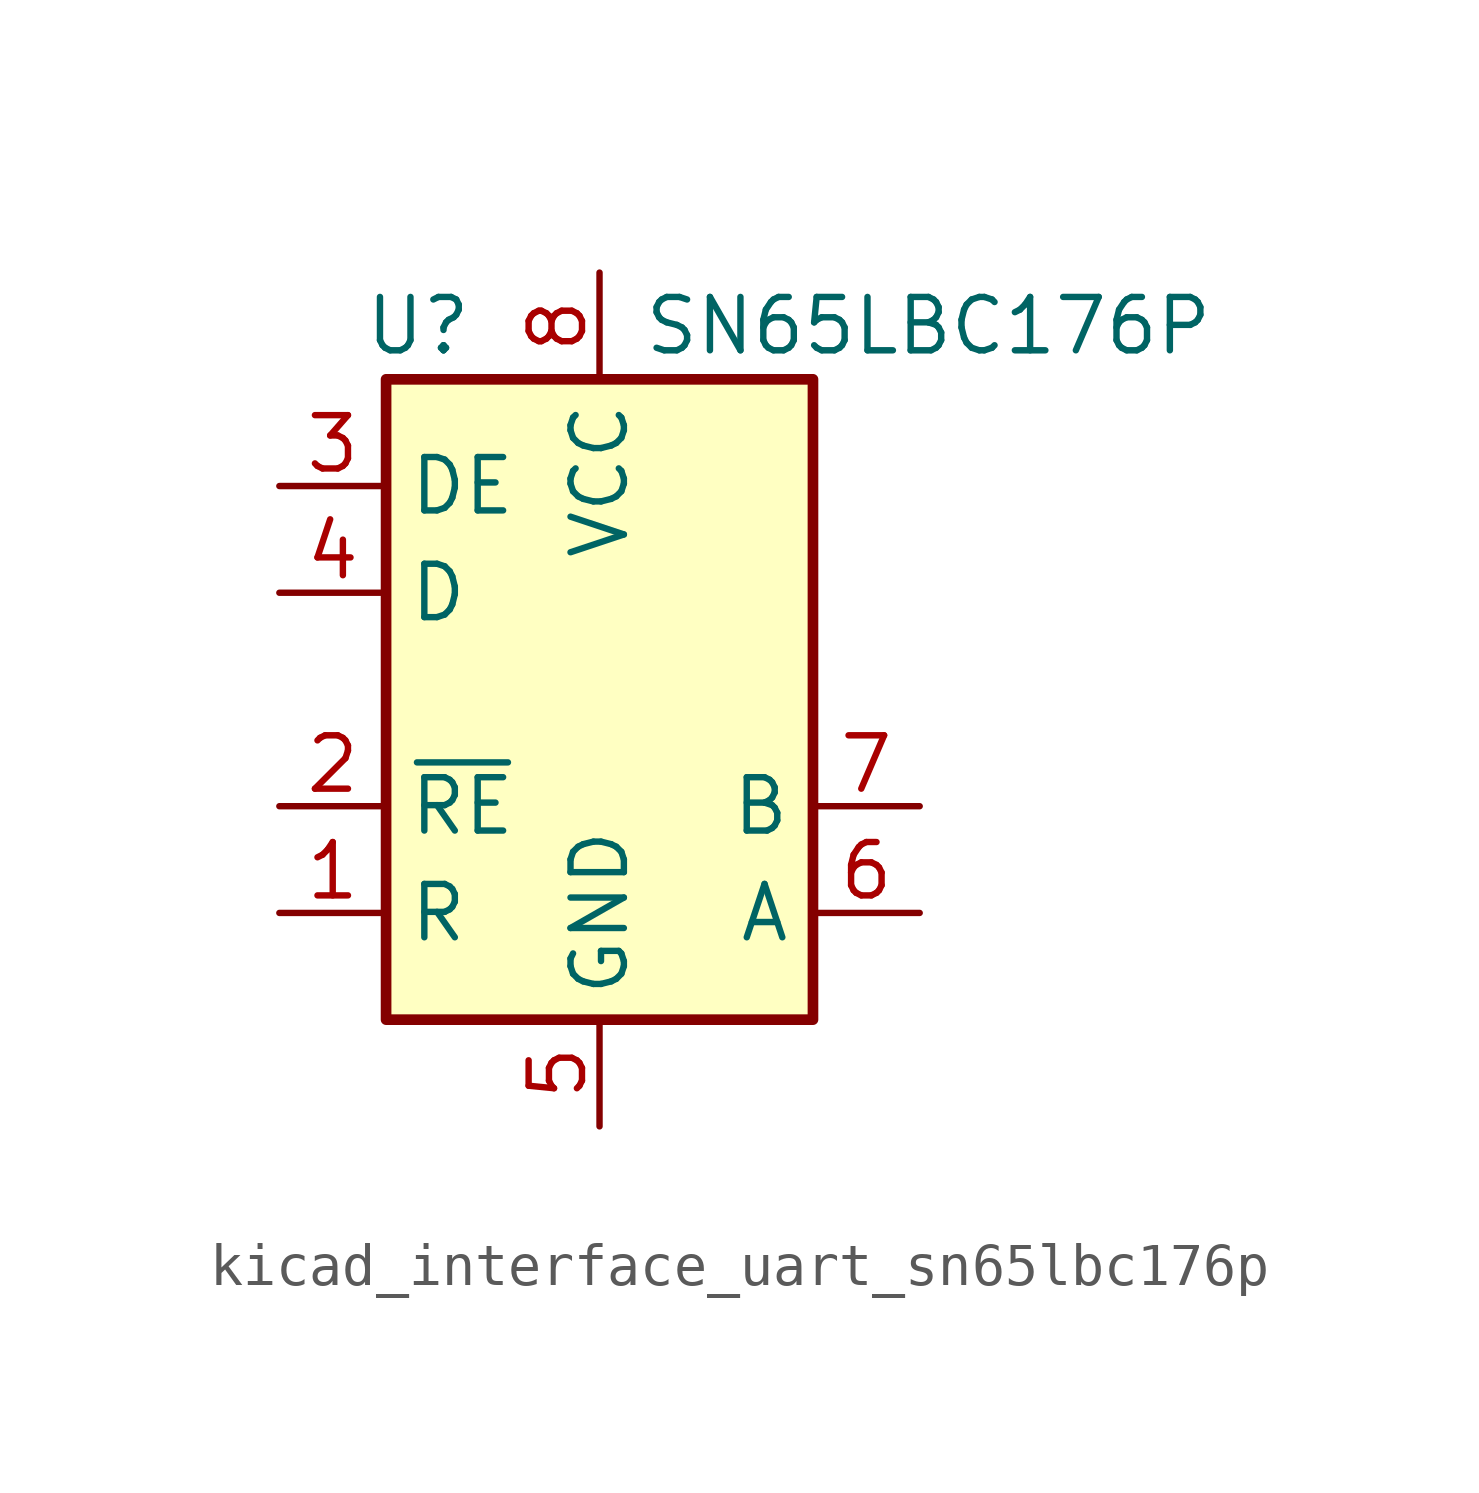
<source format=kicad_sym>
(kicad_symbol_lib
  (version 20220914)
  (generator kicad_symbol_editor)
  (symbol "kicad_interface_uart_sn65lbc176p"
    (property "Reference" "U"
      (at -4.318 8.89 0)
      (effects (font (size 1.27 1.27))))
    (property "Value" "SN65LBC176P"
      (at 1.016 8.89 0)
      (effects (font (size 1.27 1.27)) (justify left)))
    (symbol "kicad_interface_uart_sn65lbc176p_0_1"
      (rectangle (start -5.08 7.62) (end 5.08 -7.62) (stroke (width 0.254) (type default)) (fill (type background))))
    (symbol "kicad_interface_uart_sn65lbc176p_1_1"
      (pin output line (at -7.62 -5.08 0) (length 2.54) (name "R" (effects (font (size 1.27 1.27)))) (number "1" (effects (font (size 1.27 1.27)))))
      (pin input line (at -7.62 -2.54 0) (length 2.54) (name "~{RE}" (effects (font (size 1.27 1.27)))) (number "2" (effects (font (size 1.27 1.27)))))
      (pin input line (at -7.62 5.08 0) (length 2.54) (name "DE" (effects (font (size 1.27 1.27)))) (number "3" (effects (font (size 1.27 1.27)))))
      (pin input line (at -7.62 2.54 0) (length 2.54) (name "D" (effects (font (size 1.27 1.27)))) (number "4" (effects (font (size 1.27 1.27)))))
      (pin power_in line (at 0 -10.16 90) (length 2.54) (name "GND" (effects (font (size 1.27 1.27)))) (number "5" (effects (font (size 1.27 1.27)))))
      (pin bidirectional line (at 7.62 -5.08 180) (length 2.54) (name "A" (effects (font (size 1.27 1.27)))) (number "6" (effects (font (size 1.27 1.27)))))
      (pin bidirectional line (at 7.62 -2.54 180) (length 2.54) (name "B" (effects (font (size 1.27 1.27)))) (number "7" (effects (font (size 1.27 1.27)))))
      (pin power_in line (at 0 10.16 270) (length 2.54) (name "VCC" (effects (font (size 1.27 1.27)))) (number "8" (effects (font (size 1.27 1.27))))))))
</source>
